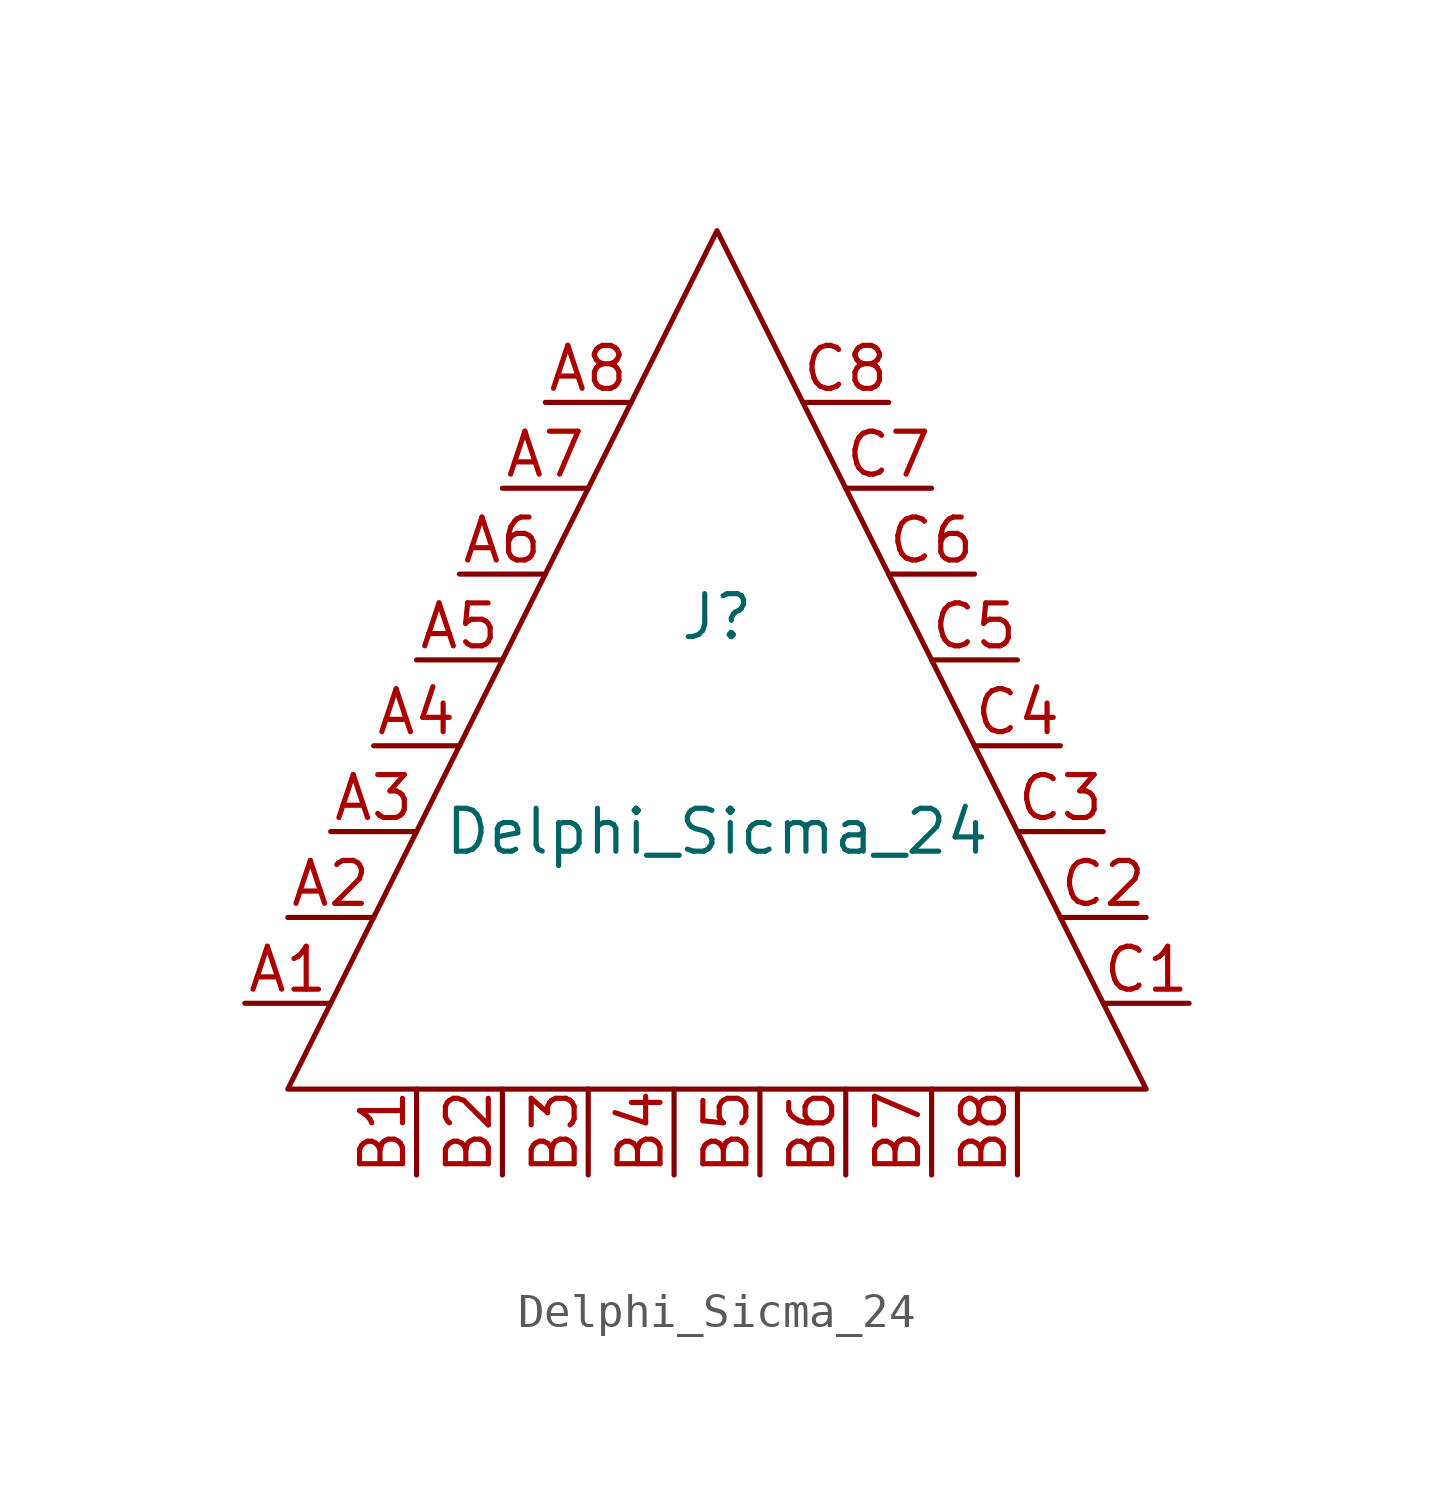
<source format=kicad_sym>
(kicad_symbol_lib
  (version 20220914)
  (generator kicad_symbol_editor)
  (symbol "Delphi_Sicma_24"
    (pin_names
      (offset 1.016))
    (property "Reference" "J"
      (at 0 1.27 0)
      (effects (font (size 1.27 1.27))))
    (property "Value" "Delphi_Sicma_24"
      (at 0 -5.08 0)
      (effects (font (size 1.27 1.27))))
    (symbol "Delphi_Sicma_24_0_1"
      (polyline (pts (xy -12.7 -12.7) (xy 0 12.7) (xy 12.7 -12.7) (xy -12.7 -12.7)) (stroke (width 0) (type default)) (fill (type none))))
    (symbol "Delphi_Sicma_24_1_1"
      (pin passive line (at -13.97 -10.16 0) (length 2.54) (name "~" (effects (font (size 1.27 1.27)))) (number "A1" (effects (font (size 1.27 1.27)))))
      (pin passive line (at -12.7 -7.62 0) (length 2.54) (name "~" (effects (font (size 1.27 1.27)))) (number "A2" (effects (font (size 1.27 1.27)))))
      (pin passive line (at -11.43 -5.08 0) (length 2.54) (name "~" (effects (font (size 1.27 1.27)))) (number "A3" (effects (font (size 1.27 1.27)))))
      (pin passive line (at -10.16 -2.54 0) (length 2.54) (name "~" (effects (font (size 1.27 1.27)))) (number "A4" (effects (font (size 1.27 1.27)))))
      (pin passive line (at -8.89 0 0) (length 2.54) (name "~" (effects (font (size 1.27 1.27)))) (number "A5" (effects (font (size 1.27 1.27)))))
      (pin passive line (at -7.62 2.54 0) (length 2.54) (name "~" (effects (font (size 1.27 1.27)))) (number "A6" (effects (font (size 1.27 1.27)))))
      (pin passive line (at -6.35 5.08 0) (length 2.54) (name "~" (effects (font (size 1.27 1.27)))) (number "A7" (effects (font (size 1.27 1.27)))))
      (pin passive line (at -5.08 7.62 0) (length 2.54) (name "~" (effects (font (size 1.27 1.27)))) (number "A8" (effects (font (size 1.27 1.27)))))
      (pin passive line (at -8.89 -15.24 90) (length 2.54) (name "~" (effects (font (size 1.27 1.27)))) (number "B1" (effects (font (size 1.27 1.27)))))
      (pin passive line (at -6.35 -15.24 90) (length 2.54) (name "~" (effects (font (size 1.27 1.27)))) (number "B2" (effects (font (size 1.27 1.27)))))
      (pin passive line (at -3.81 -15.24 90) (length 2.54) (name "~" (effects (font (size 1.27 1.27)))) (number "B3" (effects (font (size 1.27 1.27)))))
      (pin passive line (at -1.27 -15.24 90) (length 2.54) (name "~" (effects (font (size 1.27 1.27)))) (number "B4" (effects (font (size 1.27 1.27)))))
      (pin passive line (at 1.27 -15.24 90) (length 2.54) (name "~" (effects (font (size 1.27 1.27)))) (number "B5" (effects (font (size 1.27 1.27)))))
      (pin passive line (at 3.81 -15.24 90) (length 2.54) (name "~" (effects (font (size 1.27 1.27)))) (number "B6" (effects (font (size 1.27 1.27)))))
      (pin passive line (at 6.35 -15.24 90) (length 2.54) (name "~" (effects (font (size 1.27 1.27)))) (number "B7" (effects (font (size 1.27 1.27)))))
      (pin passive line (at 8.89 -15.24 90) (length 2.54) (name "~" (effects (font (size 1.27 1.27)))) (number "B8" (effects (font (size 1.27 1.27)))))
      (pin passive line (at 13.97 -10.16 180) (length 2.54) (name "~" (effects (font (size 1.27 1.27)))) (number "C1" (effects (font (size 1.27 1.27)))))
      (pin passive line (at 12.7 -7.62 180) (length 2.54) (name "~" (effects (font (size 1.27 1.27)))) (number "C2" (effects (font (size 1.27 1.27)))))
      (pin passive line (at 11.43 -5.08 180) (length 2.54) (name "~" (effects (font (size 1.27 1.27)))) (number "C3" (effects (font (size 1.27 1.27)))))
      (pin passive line (at 10.16 -2.54 180) (length 2.54) (name "~" (effects (font (size 1.27 1.27)))) (number "C4" (effects (font (size 1.27 1.27)))))
      (pin passive line (at 8.89 0 180) (length 2.54) (name "~" (effects (font (size 1.27 1.27)))) (number "C5" (effects (font (size 1.27 1.27)))))
      (pin passive line (at 7.62 2.54 180) (length 2.54) (name "~" (effects (font (size 1.27 1.27)))) (number "C6" (effects (font (size 1.27 1.27)))))
      (pin passive line (at 6.35 5.08 180) (length 2.54) (name "~" (effects (font (size 1.27 1.27)))) (number "C7" (effects (font (size 1.27 1.27)))))
      (pin passive line (at 5.08 7.62 180) (length 2.54) (name "~" (effects (font (size 1.27 1.27)))) (number "C8" (effects (font (size 1.27 1.27))))))))
</source>
